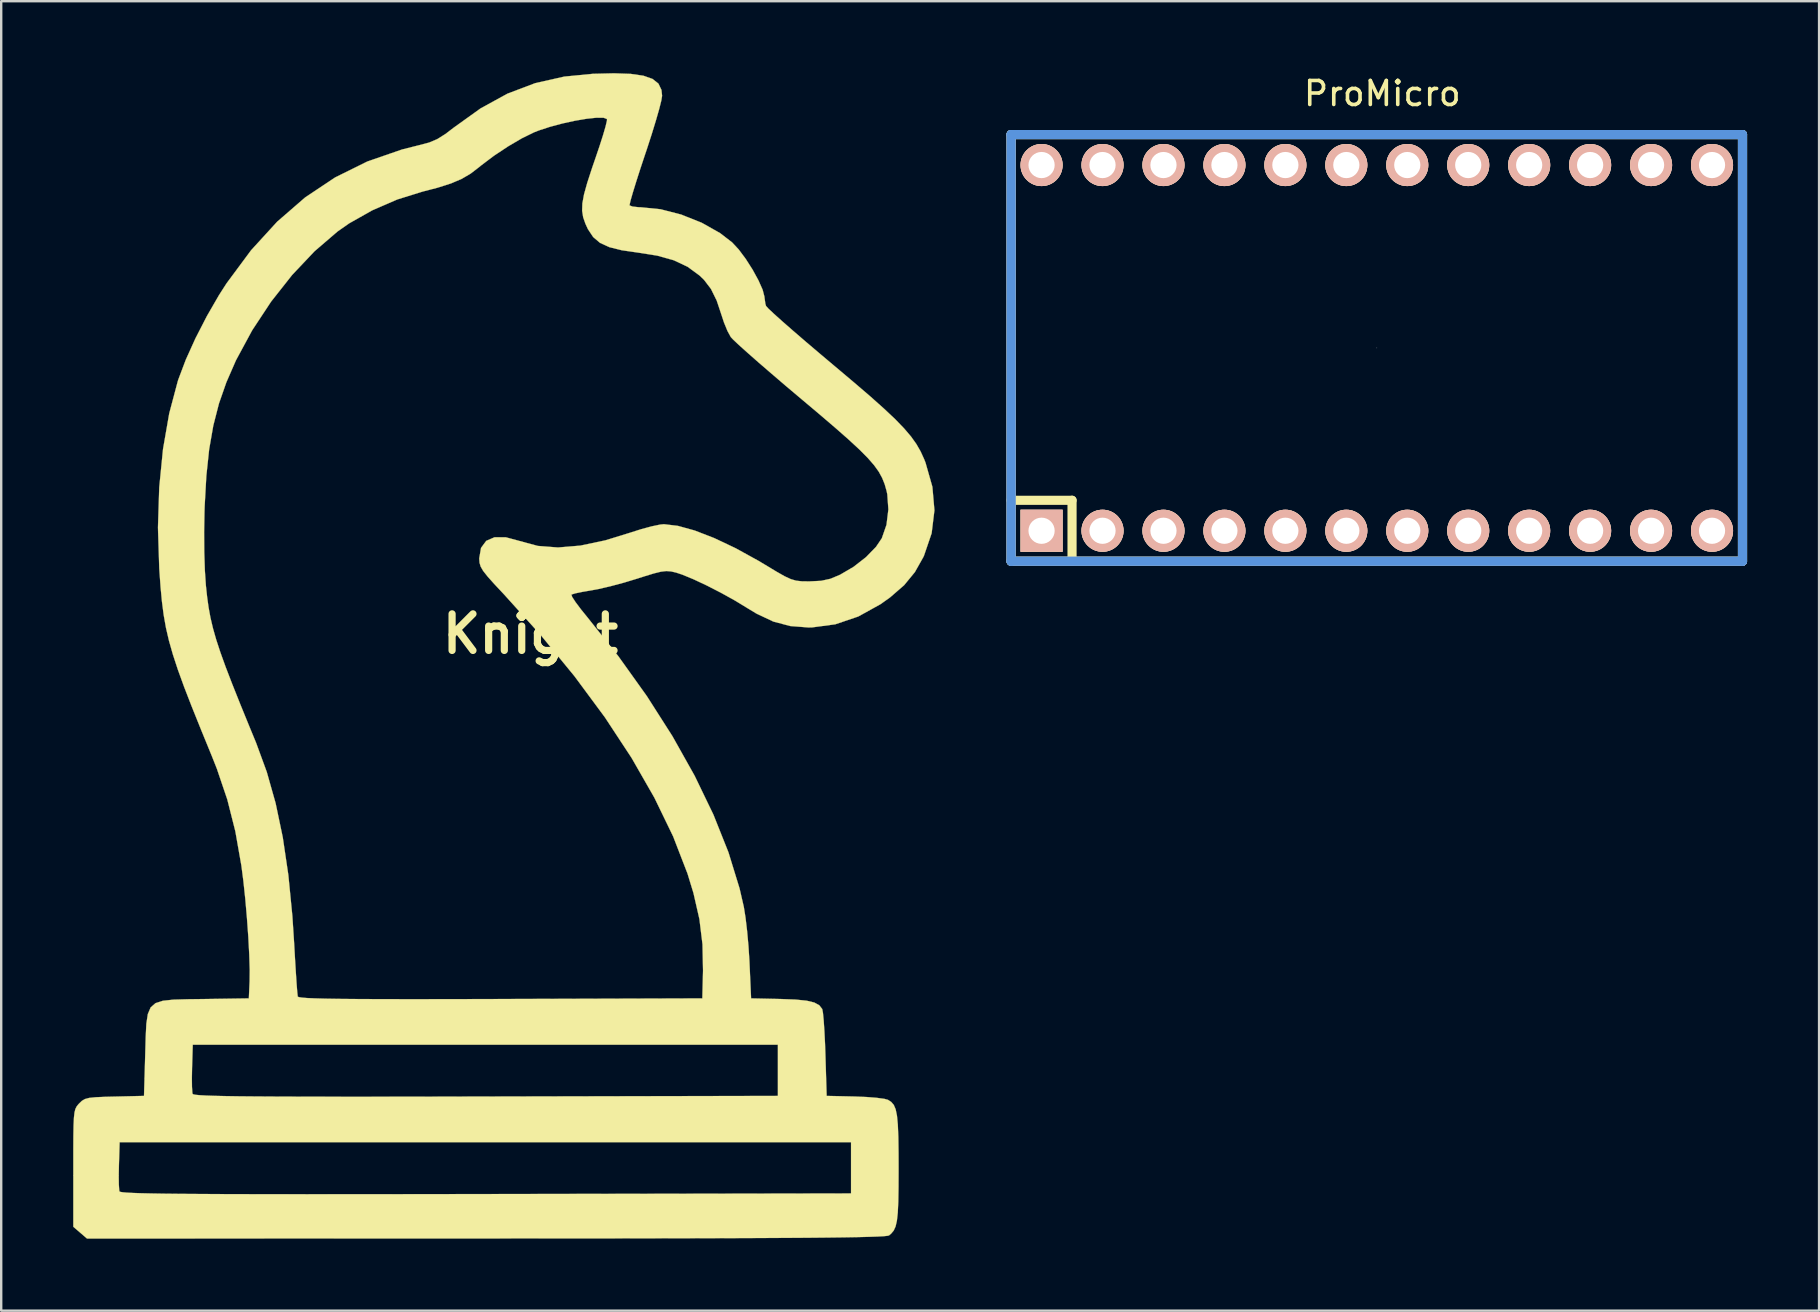
<source format=kicad_pcb>
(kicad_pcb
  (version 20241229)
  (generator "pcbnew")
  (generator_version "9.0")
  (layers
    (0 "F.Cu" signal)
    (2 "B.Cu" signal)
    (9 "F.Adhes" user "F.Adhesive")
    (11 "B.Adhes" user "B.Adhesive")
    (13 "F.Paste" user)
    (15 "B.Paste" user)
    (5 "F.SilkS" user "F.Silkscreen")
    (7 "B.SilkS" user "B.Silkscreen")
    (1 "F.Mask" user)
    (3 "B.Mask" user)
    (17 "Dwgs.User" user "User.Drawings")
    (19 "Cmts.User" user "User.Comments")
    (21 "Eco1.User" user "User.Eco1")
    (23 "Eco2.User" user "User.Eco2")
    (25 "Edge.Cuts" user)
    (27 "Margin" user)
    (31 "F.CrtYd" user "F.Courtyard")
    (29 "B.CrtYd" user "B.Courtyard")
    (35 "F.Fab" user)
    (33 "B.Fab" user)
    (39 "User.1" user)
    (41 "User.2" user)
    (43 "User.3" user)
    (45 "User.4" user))
  (footprint "Knight"
    (layer "F.Cu")
    (at 19.055 23.366)
    (property "Reference" "Knight" (at 0 0 0) (layer "F.SilkS") (effects (font (size 1.524 1.524) (thickness 0.3))))
    (attr through_hole)
    (fp_poly (pts (xy 4.18 -23.337) (xy 4.71 -23.26) (xy 5.089 -23.126) (xy 5.334 -22.931) (xy 5.46 -22.668) (xy 5.486 -22.424) (xy 5.454 -22.227) (xy 5.365 -21.872) (xy 5.228 -21.394) (xy 5.054 -20.826) (xy 4.852 -20.202) (xy 4.786 -20.007) (xy 4.582 -19.393) (xy 4.406 -18.844) (xy 4.266 -18.39) (xy 4.171 -18.058) (xy 4.131 -17.878) (xy 4.132 -17.856) (xy 4.253 -17.809) (xy 4.501 -17.781) (xy 4.603 -17.778) (xy 5.422 -17.696) (xy 6.288 -17.473) (xy 7.136 -17.134) (xy 7.901 -16.703) (xy 8.404 -16.315) (xy 8.681 -16.017) (xy 8.975 -15.622) (xy 9.258 -15.178) (xy 9.501 -14.734) (xy 9.676 -14.341) (xy 9.752 -14.048) (xy 9.754 -14.017) (xy 9.79 -13.757) (xy 9.818 -13.666) (xy 9.909 -13.563) (xy 10.138 -13.347) (xy 10.487 -13.033) (xy 10.938 -12.638) (xy 11.473 -12.177) (xy 12.072 -11.668) (xy 12.623 -11.204) (xy 13.468 -10.492) (xy 14.17 -9.89) (xy 14.743 -9.378) (xy 15.206 -8.942) (xy 15.572 -8.562) (xy 15.86 -8.224) (xy 16.084 -7.909) (xy 16.261 -7.6) (xy 16.406 -7.281) (xy 16.464 -7.135) (xy 16.75 -6.129) (xy 16.835 -5.149) (xy 16.719 -4.194) (xy 16.401 -3.262) (xy 16.375 -3.205) (xy 16.021 -2.576) (xy 15.573 -2.03) (xy 14.989 -1.523) (xy 14.587 -1.237) (xy 13.662 -0.725) (xy 12.705 -0.4) (xy 11.739 -0.271) (xy 11.589 -0.268) (xy 10.828 -0.327) (xy 10.124 -0.513) (xy 9.416 -0.847) (xy 9.042 -1.074) (xy 8.528 -1.387) (xy 7.95 -1.708) (xy 7.358 -2.012) (xy 6.801 -2.274) (xy 6.329 -2.469) (xy 6.067 -2.556) (xy 5.857 -2.604) (xy 5.663 -2.619) (xy 5.439 -2.593) (xy 5.139 -2.519) (xy 4.716 -2.389) (xy 4.454 -2.305) (xy 3.907 -2.139) (xy 3.34 -1.987) (xy 2.829 -1.868) (xy 2.54 -1.815) (xy 2.165 -1.751) (xy 1.872 -1.69) (xy 1.716 -1.642) (xy 1.707 -1.637) (xy 1.739 -1.539) (xy 1.881 -1.322) (xy 2.109 -1.018) (xy 2.358 -0.711) (xy 3.664 0.932) (xy 4.854 2.597) (xy 5.917 4.263) (xy 6.844 5.915) (xy 7.626 7.535) (xy 8.252 9.104) (xy 8.714 10.605) (xy 8.893 11.383) (xy 8.962 11.817) (xy 9.029 12.384) (xy 9.086 13.015) (xy 9.126 13.64) (xy 9.129 13.716) (xy 9.195 15.189) (xy 10.414 15.215) (xy 11.049 15.239) (xy 11.512 15.286) (xy 11.831 15.363) (xy 12.037 15.476) (xy 12.159 15.633) (xy 12.16 15.635) (xy 12.189 15.788) (xy 12.22 16.106) (xy 12.25 16.553) (xy 12.277 17.091) (xy 12.292 17.526) (xy 12.344 19.253) (xy 13.513 19.279) (xy 14 19.299) (xy 14.429 19.333) (xy 14.749 19.376) (xy 14.899 19.417) (xy 15.035 19.505) (xy 15.141 19.628) (xy 15.219 19.81) (xy 15.274 20.077) (xy 15.31 20.454) (xy 15.331 20.964) (xy 15.34 21.634) (xy 15.342 22.262) (xy 15.339 23.048) (xy 15.329 23.658) (xy 15.308 24.118) (xy 15.271 24.455) (xy 15.216 24.695) (xy 15.138 24.865) (xy 15.033 24.991) (xy 14.944 25.067) (xy 14.88 25.083) (xy 14.727 25.099) (xy 14.48 25.113) (xy 14.129 25.125) (xy 13.668 25.137) (xy 13.089 25.147) (xy 12.385 25.156) (xy 11.549 25.164) (xy 10.572 25.17) (xy 9.447 25.176) (xy 8.167 25.181) (xy 6.725 25.185) (xy 5.113 25.188) (xy 3.323 25.191) (xy 1.348 25.192) (xy -0.819 25.193) (xy -1.849 25.194) (xy -18.48 25.197) (xy -18.765 24.952) (xy -19.05 24.706) (xy -19.05 22.574) (xy -17.157 22.574) (xy -17.153 22.936) (xy -17.138 23.176) (xy -17.127 23.234) (xy -17.091 23.252) (xy -16.993 23.269) (xy -16.825 23.284) (xy -16.576 23.297) (xy -16.24 23.309) (xy -15.806 23.319) (xy -15.266 23.328) (xy -14.612 23.335) (xy -13.834 23.34) (xy -12.925 23.345) (xy -11.874 23.348) (xy -10.674 23.35) (xy -9.315 23.351) (xy -7.789 23.35) (xy -6.087 23.349) (xy -4.201 23.347) (xy -2.121 23.343) (xy -1.857 23.343) (xy 13.36 23.317) (xy 13.36 21.184) (xy -17.12 21.184) (xy -17.149 22.141) (xy -17.157 22.574) (xy -19.05 22.574) (xy -19.05 22.267) (xy -19.05 21.502) (xy -19.047 20.914) (xy -19.039 20.476) (xy -19.024 20.161) (xy -19 19.944) (xy -18.963 19.797) (xy -18.912 19.695) (xy -18.845 19.61) (xy -18.807 19.569) (xy -18.692 19.459) (xy -18.567 19.385) (xy -18.389 19.337) (xy -18.118 19.309) (xy -17.713 19.291) (xy -17.333 19.282) (xy -16.104 19.253) (xy -16.082 18.51) (xy -14.109 18.51) (xy -14.105 18.872) (xy -14.09 19.112) (xy -14.079 19.17) (xy -14.042 19.19) (xy -13.942 19.209) (xy -13.768 19.225) (xy -13.511 19.239) (xy -13.162 19.251) (xy -12.71 19.261) (xy -12.146 19.27) (xy -11.46 19.276) (xy -10.641 19.281) (xy -9.681 19.284) (xy -8.57 19.286) (xy -7.297 19.287) (xy -5.853 19.286) (xy -4.229 19.284) (xy -2.413 19.28) (xy -1.857 19.279) (xy 10.312 19.253) (xy 10.312 17.12) (xy -14.072 17.12) (xy -14.101 18.077) (xy -14.109 18.51) (xy -16.082 18.51) (xy -16.053 17.508) (xy -16.033 16.791) (xy -16.006 16.243) (xy -15.945 15.843) (xy -15.827 15.566) (xy -15.626 15.389) (xy -15.319 15.289) (xy -14.879 15.242) (xy -14.282 15.225) (xy -13.624 15.217) (xy -11.735 15.189) (xy -11.703 14.478) (xy -11.698 13.999) (xy -11.718 13.368) (xy -11.757 12.633) (xy -11.814 11.843) (xy -11.883 11.047) (xy -11.963 10.295) (xy -12.046 9.655) (xy -12.299 8.221) (xy -12.633 6.901) (xy -13.069 5.615) (xy -13.272 5.103) (xy -13.73 3.984) (xy -14.115 3.027) (xy -14.434 2.204) (xy -14.693 1.49) (xy -14.9 0.859) (xy -15.063 0.286) (xy -15.189 -0.255) (xy -15.284 -0.79) (xy -15.356 -1.346) (xy -15.413 -1.947) (xy -15.461 -2.619) (xy -15.468 -2.719) (xy -15.516 -4.234) (xy -13.599 -4.234) (xy -13.593 -3.401) (xy -13.568 -2.644) (xy -13.526 -2.025) (xy -13.525 -2.014) (xy -13.474 -1.541) (xy -13.413 -1.103) (xy -13.335 -0.677) (xy -13.232 -0.24) (xy -13.098 0.232) (xy -12.924 0.762) (xy -12.704 1.372) (xy -12.429 2.087) (xy -12.093 2.929) (xy -11.688 3.921) (xy -11.431 4.544) (xy -10.988 5.753) (xy -10.619 7.057) (xy -10.321 8.479) (xy -10.09 10.04) (xy -9.921 11.761) (xy -9.847 12.903) (xy -9.811 13.539) (xy -9.776 14.108) (xy -9.745 14.58) (xy -9.718 14.921) (xy -9.699 15.099) (xy -9.696 15.114) (xy -9.652 15.137) (xy -9.526 15.157) (xy -9.308 15.175) (xy -8.986 15.189) (xy -8.55 15.201) (xy -7.989 15.21) (xy -7.292 15.216) (xy -6.447 15.22) (xy -5.444 15.222) (xy -4.272 15.222) (xy -2.919 15.22) (xy -1.375 15.216) (xy -1.248 15.215) (xy 7.163 15.189) (xy 7.192 14.035) (xy 7.17 12.939) (xy 7.041 11.884) (xy 6.793 10.799) (xy 6.544 9.985) (xy 5.945 8.436) (xy 5.165 6.826) (xy 4.215 5.168) (xy 3.103 3.477) (xy 1.837 1.766) (xy 0.427 0.047) (xy -1.104 -1.649) (xy -1.506 -2.078) (xy -1.787 -2.393) (xy -1.97 -2.625) (xy -2.074 -2.804) (xy -2.121 -2.962) (xy -2.134 -3.13) (xy -2.134 -3.152) (xy -2.059 -3.584) (xy -1.843 -3.877) (xy -1.497 -4.027) (xy -1.034 -4.028) (xy -0.465 -3.875) (xy -0.457 -3.872) (xy 0.307 -3.666) (xy 1.148 -3.601) (xy 2.08 -3.679) (xy 3.123 -3.899) (xy 4.142 -4.213) (xy 4.613 -4.363) (xy 5.054 -4.482) (xy 5.406 -4.555) (xy 5.564 -4.571) (xy 6.143 -4.502) (xy 6.848 -4.307) (xy 7.658 -3.993) (xy 8.549 -3.571) (xy 9.497 -3.049) (xy 9.79 -2.874) (xy 10.256 -2.593) (xy 10.594 -2.401) (xy 10.851 -2.282) (xy 11.071 -2.218) (xy 11.301 -2.192) (xy 11.586 -2.188) (xy 11.633 -2.188) (xy 12.115 -2.212) (xy 12.503 -2.297) (xy 12.903 -2.465) (xy 13.466 -2.795) (xy 13.982 -3.197) (xy 14.4 -3.626) (xy 14.643 -3.986) (xy 14.837 -4.545) (xy 14.916 -5.187) (xy 14.871 -5.82) (xy 14.84 -5.963) (xy 14.761 -6.241) (xy 14.657 -6.5) (xy 14.516 -6.758) (xy 14.32 -7.031) (xy 14.055 -7.335) (xy 13.705 -7.687) (xy 13.255 -8.103) (xy 12.69 -8.6) (xy 11.995 -9.194) (xy 11.318 -9.764) (xy 10.667 -10.313) (xy 10.06 -10.833) (xy 9.514 -11.304) (xy 9.051 -11.712) (xy 8.688 -12.038) (xy 8.446 -12.266) (xy 8.349 -12.37) (xy 8.21 -12.625) (xy 8.062 -12.986) (xy 7.972 -13.261) (xy 7.761 -13.893) (xy 7.524 -14.374) (xy 7.234 -14.754) (xy 7.046 -14.935) (xy 6.549 -15.299) (xy 5.977 -15.569) (xy 5.289 -15.762) (xy 4.5 -15.887) (xy 3.809 -15.987) (xy 3.287 -16.117) (xy 2.9 -16.294) (xy 2.614 -16.538) (xy 2.395 -16.867) (xy 2.29 -17.095) (xy 2.197 -17.362) (xy 2.154 -17.632) (xy 2.164 -17.94) (xy 2.234 -18.32) (xy 2.369 -18.804) (xy 2.572 -19.427) (xy 2.69 -19.769) (xy 2.872 -20.305) (xy 3.023 -20.776) (xy 3.131 -21.147) (xy 3.187 -21.385) (xy 3.19 -21.455) (xy 3.048 -21.509) (xy 2.751 -21.511) (xy 2.34 -21.467) (xy 1.855 -21.385) (xy 1.334 -21.271) (xy 0.818 -21.133) (xy 0.346 -20.979) (xy 0.152 -20.903) (xy -0.354 -20.655) (xy -0.937 -20.313) (xy -1.526 -19.922) (xy -2.052 -19.525) (xy -2.134 -19.457) (xy -2.49 -19.183) (xy -2.866 -18.962) (xy -3.309 -18.773) (xy -3.865 -18.596) (xy -4.491 -18.433) (xy -5.546 -18.105) (xy -6.593 -17.651) (xy -7.557 -17.107) (xy -8.038 -16.77) (xy -8.997 -15.946) (xy -9.931 -14.958) (xy -10.807 -13.848) (xy -11.595 -12.654) (xy -12.263 -11.418) (xy -12.283 -11.376) (xy -12.671 -10.487) (xy -12.98 -9.603) (xy -13.216 -8.684) (xy -13.389 -7.692) (xy -13.506 -6.587) (xy -13.576 -5.329) (xy -13.584 -5.08) (xy -13.599 -4.234) (xy -15.516 -4.234) (xy -15.522 -4.435) (xy -15.469 -6.108) (xy -15.311 -7.705) (xy -15.052 -9.192) (xy -14.695 -10.535) (xy -14.67 -10.611) (xy -14.364 -11.421) (xy -13.959 -12.318) (xy -13.485 -13.24) (xy -12.977 -14.12) (xy -12.664 -14.608) (xy -11.641 -15.988) (xy -10.552 -17.18) (xy -9.387 -18.19) (xy -8.137 -19.023) (xy -6.794 -19.687) (xy -5.349 -20.187) (xy -4.621 -20.37) (xy -4.217 -20.477) (xy -3.883 -20.619) (xy -3.542 -20.833) (xy -3.199 -21.095) (xy -2.079 -21.898) (xy -0.958 -22.513) (xy 0.195 -22.95) (xy 1.411 -23.224) (xy 2.604 -23.34) (xy 3.483 -23.361) (xy 4.18 -23.337)) (stroke (width 0.01) (type solid)) (fill yes) (layer "F.SilkS")))
  (footprint "ProMicro"
    (layer "F.Cu")
    (at 54.555 0.348)
    (property "Reference" "ProMicro" (at 0 0.5 0) (layer "F.SilkS") (effects (font (size 1 1) (thickness 0.15))))
    (attr through_hole)
    (fp_line (start -15.47 2.21) (end -15.47 19.99) (stroke (width 0.381) (type solid)) (layer "F.SilkS"))
    (fp_line (start -15.47 17.45) (end -12.93 17.45) (stroke (width 0.381) (type solid)) (layer "F.SilkS"))
    (fp_line (start -15.47 19.99) (end 15.01 19.99) (stroke (width 0.381) (type solid)) (layer "F.SilkS"))
    (fp_line (start -12.93 17.45) (end -12.93 19.99) (stroke (width 0.381) (type solid)) (layer "F.SilkS"))
    (fp_line (start 15.01 2.21) (end -15.47 2.21) (stroke (width 0.381) (type solid)) (layer "F.SilkS"))
    (fp_line (start 15.01 19.99) (end 15.01 2.21) (stroke (width 0.381) (type solid)) (layer "F.SilkS"))
    (fp_line (start -15.47 2.21) (end -15.47 19.99) (stroke (width 0.381) (type solid)) (layer "Dwgs.User"))
    (fp_line (start -15.47 19.99) (end 15.01 19.99) (stroke (width 0.381) (type solid)) (layer "Dwgs.User"))
    (fp_line (start -0.23 11.1) (end -0.23 11.1) (stroke (width 0.025) (type solid)) (layer "Dwgs.User"))
    (fp_line (start 15.01 2.21) (end -15.47 2.21) (stroke (width 0.381) (type solid)) (layer "Dwgs.User"))
    (fp_line (start 15.01 19.99) (end 15.01 2.21) (stroke (width 0.381) (type solid)) (layer "Dwgs.User"))
    (fp_line (start -15.47 2.21) (end -15.47 19.99) (stroke (width 0.381) (type solid)) (layer "Cmts.User"))
    (fp_line (start -15.47 19.99) (end 15.01 19.99) (stroke (width 0.381) (type solid)) (layer "Cmts.User"))
    (fp_line (start 15.01 2.21) (end -15.47 2.21) (stroke (width 0.381) (type solid)) (layer "Cmts.User"))
    (fp_line (start 15.01 19.99) (end 15.01 2.21) (stroke (width 0.381) (type solid)) (layer "Cmts.User"))
    (fp_text user "" (at -0.23 11.1 0) (layer "F.SilkS") (effects (font (size 3.048 2.54) (thickness 0.457))))
    (pad "1" thru_hole rect (at -14.2 18.72) (size 1.753 1.753) (drill 1.092) (layers "*.Cu" "*.SilkS" "*.Mask"))
    (pad "2" thru_hole circle (at -11.66 18.72) (size 1.753 1.753) (drill 1.092) (layers "*.Cu" "*.SilkS" "*.Mask"))
    (pad "3" thru_hole circle (at -9.12 18.72) (size 1.753 1.753) (drill 1.092) (layers "*.Cu" "*.SilkS" "*.Mask"))
    (pad "4" thru_hole circle (at -6.58 18.72) (size 1.753 1.753) (drill 1.092) (layers "*.Cu" "*.SilkS" "*.Mask"))
    (pad "5" thru_hole circle (at -4.04 18.72) (size 1.753 1.753) (drill 1.092) (layers "*.Cu" "*.SilkS" "*.Mask"))
    (pad "6" thru_hole circle (at -1.5 18.72) (size 1.753 1.753) (drill 1.092) (layers "*.Cu" "*.SilkS" "*.Mask"))
    (pad "7" thru_hole circle (at 1.04 18.72) (size 1.753 1.753) (drill 1.092) (layers "*.Cu" "*.SilkS" "*.Mask"))
    (pad "8" thru_hole circle (at 3.58 18.72) (size 1.753 1.753) (drill 1.092) (layers "*.Cu" "*.SilkS" "*.Mask"))
    (pad "9" thru_hole circle (at 6.12 18.72) (size 1.753 1.753) (drill 1.092) (layers "*.Cu" "*.SilkS" "*.Mask"))
    (pad "10" thru_hole circle (at 8.66 18.72) (size 1.753 1.753) (drill 1.092) (layers "*.Cu" "*.SilkS" "*.Mask"))
    (pad "11" thru_hole circle (at 11.2 18.72) (size 1.753 1.753) (drill 1.092) (layers "*.Cu" "*.SilkS" "*.Mask"))
    (pad "12" thru_hole circle (at 13.74 18.72) (size 1.753 1.753) (drill 1.092) (layers "*.Cu" "*.SilkS" "*.Mask"))
    (pad "18" thru_hole circle (at 13.74 3.48) (size 1.753 1.753) (drill 1.092) (layers "*.Cu" "*.SilkS" "*.Mask"))
    (pad "19" thru_hole circle (at 11.2 3.48) (size 1.753 1.753) (drill 1.092) (layers "*.Cu" "*.SilkS" "*.Mask"))
    (pad "20" thru_hole circle (at 8.66 3.48) (size 1.753 1.753) (drill 1.092) (layers "*.Cu" "*.SilkS" "*.Mask"))
    (pad "21" thru_hole circle (at 6.12 3.48) (size 1.753 1.753) (drill 1.092) (layers "*.Cu" "*.SilkS" "*.Mask"))
    (pad "22" thru_hole circle (at 3.58 3.48) (size 1.753 1.753) (drill 1.092) (layers "*.Cu" "*.SilkS" "*.Mask"))
    (pad "23" thru_hole circle (at 1.04 3.48) (size 1.753 1.753) (drill 1.092) (layers "*.Cu" "*.SilkS" "*.Mask"))
    (pad "24" thru_hole circle (at -1.5 3.48) (size 1.753 1.753) (drill 1.092) (layers "*.Cu" "*.SilkS" "*.Mask"))
    (pad "25" thru_hole circle (at -4.04 3.48) (size 1.753 1.753) (drill 1.092) (layers "*.Cu" "*.SilkS" "*.Mask"))
    (pad "26" thru_hole circle (at -6.58 3.48) (size 1.753 1.753) (drill 1.092) (layers "*.Cu" "*.SilkS" "*.Mask"))
    (pad "27" thru_hole circle (at -9.12 3.48) (size 1.753 1.753) (drill 1.092) (layers "*.Cu" "*.SilkS" "*.Mask"))
    (pad "28" thru_hole circle (at -11.66 3.48) (size 1.753 1.753) (drill 1.092) (layers "*.Cu" "*.SilkS" "*.Mask"))
    (pad "29" thru_hole circle (at -14.2 3.48) (size 1.753 1.753) (drill 1.092) (layers "*.Cu" "*.SilkS" "*.Mask")))
  (gr_rect
    (start -3 -3)
    (end 72.756 51.568)
    (stroke (width 0.1) (type default))
    (fill no)
    (layer "Edge.Cuts")))
</source>
